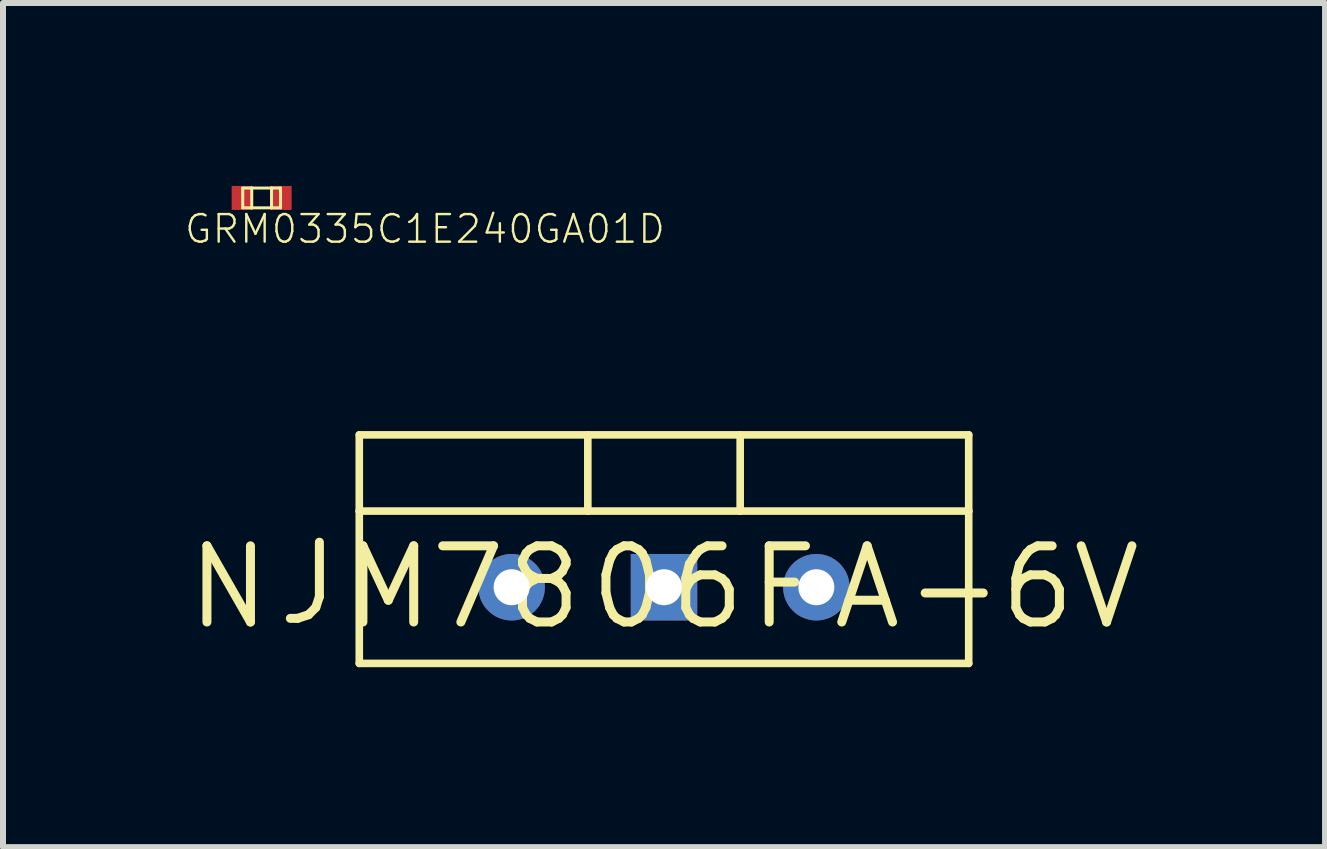
<source format=kicad_pcb>
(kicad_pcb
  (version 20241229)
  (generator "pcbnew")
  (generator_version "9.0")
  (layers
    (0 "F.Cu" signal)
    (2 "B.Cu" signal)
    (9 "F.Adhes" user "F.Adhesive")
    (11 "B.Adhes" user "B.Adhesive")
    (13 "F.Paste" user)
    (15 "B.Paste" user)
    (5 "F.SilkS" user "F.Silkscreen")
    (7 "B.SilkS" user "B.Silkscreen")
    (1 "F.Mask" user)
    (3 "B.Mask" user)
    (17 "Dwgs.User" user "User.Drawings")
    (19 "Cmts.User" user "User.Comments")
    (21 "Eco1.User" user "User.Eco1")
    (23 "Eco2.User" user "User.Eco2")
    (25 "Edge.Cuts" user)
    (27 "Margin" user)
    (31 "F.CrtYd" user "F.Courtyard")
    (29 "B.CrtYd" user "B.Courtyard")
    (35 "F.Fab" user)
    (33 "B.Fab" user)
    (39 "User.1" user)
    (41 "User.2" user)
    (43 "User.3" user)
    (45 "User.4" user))
  (footprint "ＮＪＭ７８０６ＦＡ-6V"
    (layer "F.Cu")
    (at 8.02 6.74)
    (property "Reference" "ＮＪＭ７８０６ＦＡ-6V" (at 0 0 0) (layer "F.SilkS") (effects (font (size 1.27 1.27) (thickness 0.15))))
    (fp_line (start -5.08 -2.54) (end -1.27 -2.54) (stroke (width 0.127) (type solid)) (layer "F.SilkS"))
    (fp_line (start -5.08 -1.27) (end -5.08 -2.54) (stroke (width 0.127) (type solid)) (layer "F.SilkS"))
    (fp_line (start -5.08 -1.27) (end -5.08 1.27) (stroke (width 0.127) (type solid)) (layer "F.SilkS"))
    (fp_line (start -5.08 1.27) (end 5.08 1.27) (stroke (width 0.127) (type solid)) (layer "F.SilkS"))
    (fp_line (start -1.27 -2.54) (end -1.27 -1.27) (stroke (width 0.127) (type solid)) (layer "F.SilkS"))
    (fp_line (start -1.27 -1.27) (end -5.08 -1.27) (stroke (width 0.127) (type solid)) (layer "F.SilkS"))
    (fp_line (start 1.27 -2.54) (end -1.27 -2.54) (stroke (width 0.127) (type solid)) (layer "F.SilkS"))
    (fp_line (start 1.27 -2.54) (end 5.08 -2.54) (stroke (width 0.127) (type solid)) (layer "F.SilkS"))
    (fp_line (start 1.27 -1.27) (end -1.27 -1.27) (stroke (width 0.127) (type solid)) (layer "F.SilkS"))
    (fp_line (start 1.27 -1.27) (end 1.27 -2.54) (stroke (width 0.127) (type solid)) (layer "F.SilkS"))
    (fp_line (start 5.08 -2.54) (end 5.08 -1.27) (stroke (width 0.127) (type solid)) (layer "F.SilkS"))
    (fp_line (start 5.08 -1.27) (end 1.27 -1.27) (stroke (width 0.127) (type solid)) (layer "F.SilkS"))
    (fp_line (start 5.08 1.27) (end 5.08 -1.27) (stroke (width 0.127) (type solid)) (layer "F.SilkS"))
    (pad "GND" thru_hole rect (at 0 0) (size 1.108 1.108) (drill 0.6) (layers "*.Cu" "*.Mask"))
    (pad "INPUT" thru_hole circle (at -2.54 0) (size 1.108 1.108) (drill 0.6) (layers "*.Cu" "*.Mask"))
    (pad "OUTPUT" thru_hole circle (at 2.54 0) (size 1.108 1.108) (drill 0.6) (layers "*.Cu" "*.Mask")))
  (footprint "GRM0335C1E240GA01D"
    (layer "F.Cu")
    (at 1.312 0.25)
    (property "Reference" "GRM0335C1E240GA01D" (at -1.312 0.787 0) (layer "F.SilkS") (effects (font (size 0.46 0.46) (thickness 0.04)) (justify left bottom)))
    (fp_line (start -0.315 -0.165) (end -0.315 0.165) (stroke (width 0.05) (type solid)) (layer "F.SilkS"))
    (fp_line (start -0.315 0.165) (end -0.165 0.165) (stroke (width 0.05) (type solid)) (layer "F.SilkS"))
    (fp_line (start -0.165 -0.165) (end -0.315 -0.165) (stroke (width 0.05) (type solid)) (layer "F.SilkS"))
    (fp_line (start -0.165 -0.165) (end -0.165 0.165) (stroke (width 0.05) (type solid)) (layer "F.SilkS"))
    (fp_line (start -0.165 0.165) (end 0.165 0.165) (stroke (width 0.05) (type solid)) (layer "F.SilkS"))
    (fp_line (start 0.165 -0.165) (end -0.165 -0.165) (stroke (width 0.05) (type solid)) (layer "F.SilkS"))
    (fp_line (start 0.165 0.165) (end 0.165 -0.165) (stroke (width 0.05) (type solid)) (layer "F.SilkS"))
    (fp_line (start 0.165 0.165) (end 0.315 0.165) (stroke (width 0.05) (type solid)) (layer "F.SilkS"))
    (fp_line (start 0.315 -0.165) (end 0.165 -0.165) (stroke (width 0.05) (type solid)) (layer "F.SilkS"))
    (fp_line (start 0.315 0.165) (end 0.315 -0.165) (stroke (width 0.05) (type solid)) (layer "F.SilkS"))
    (pad "1" smd rect (at -0.325 0) (size 0.35 0.4) (layers "F.Cu" "F.Mask" "F.Paste"))
    (pad "2" smd rect (at 0.325 0) (size 0.35 0.4) (layers "F.Cu" "F.Mask" "F.Paste")))
  (gr_rect
    (start -3 -3)
    (end 19.041 11.073)
    (stroke (width 0.1) (type default))
    (fill no)
    (layer "Edge.Cuts")))
</source>
